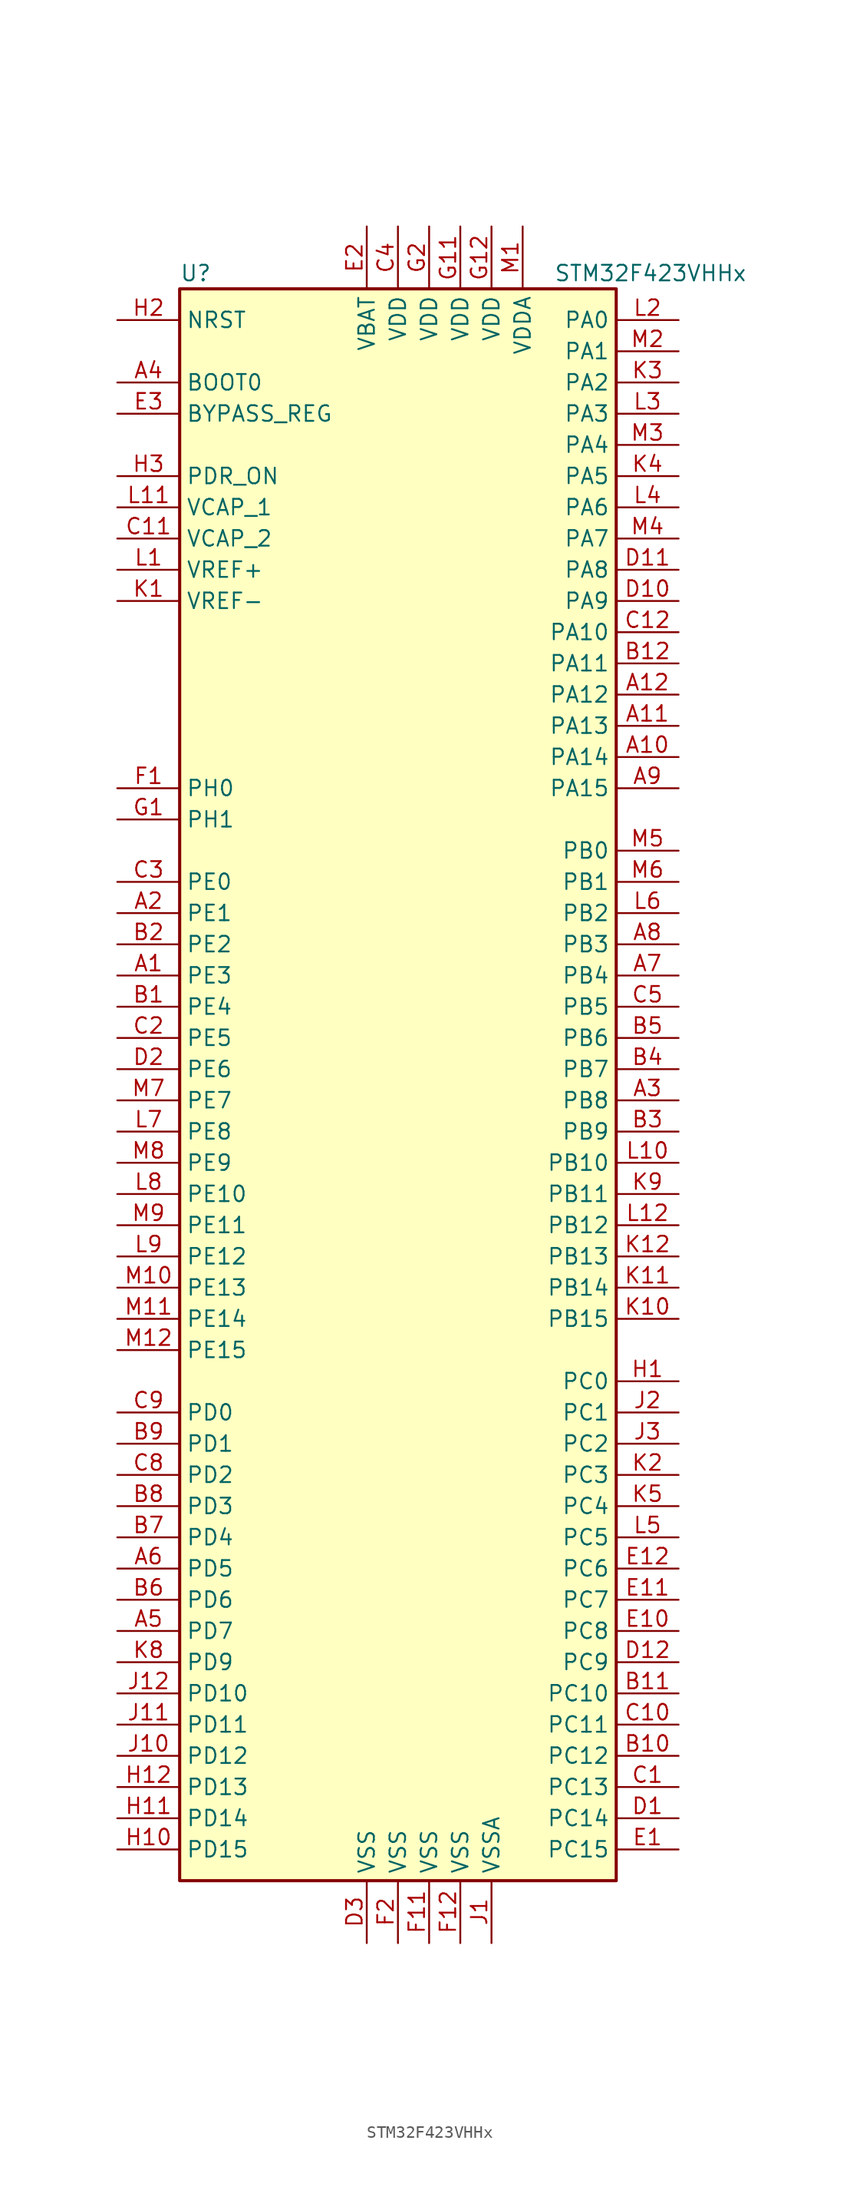
<source format=kicad_sym>
(kicad_symbol_lib
  (version 20201005)
  (generator kicad_symbol_editor)
  (symbol "STM32F423VHHx"
    (property "Reference" "U"
      (at -17.78 64.77 0)
      (effects (font (size 1.27 1.27)) (justify left)))
    (property "Value" "STM32F423VHHx"
      (at 12.7 64.77 0)
      (effects (font (size 1.27 1.27)) (justify left)))
    (symbol "STM32F423VHHx_0_1"
      (rectangle (start -17.78 -66.04) (end 17.78 63.5) (stroke (width 0.254)) (fill (type background))))
    (symbol "STM32F423VHHx_1_1"
      (pin input line (at -22.86 55.88 0) (length 5.08) (name "BOOT0" (effects (font (size 1.27 1.27)))) (number "A4" (effects (font (size 1.27 1.27)))))
      (pin input line (at -22.86 53.34 0) (length 5.08) (name "BYPASS_REG" (effects (font (size 1.27 1.27)))) (number "E3" (effects (font (size 1.27 1.27)))))
      (pin input line (at -22.86 60.96 0) (length 5.08) (name "NRST" (effects (font (size 1.27 1.27)))) (number "H2" (effects (font (size 1.27 1.27)))))
      (pin bidirectional line (at 22.86 60.96 180) (length 5.08) (name "PA0" (effects (font (size 1.27 1.27)))) (number "L2" (effects (font (size 1.27 1.27)))))
      (pin bidirectional line (at 22.86 58.42 180) (length 5.08) (name "PA1" (effects (font (size 1.27 1.27)))) (number "M2" (effects (font (size 1.27 1.27)))))
      (pin bidirectional line (at 22.86 35.56 180) (length 5.08) (name "PA10" (effects (font (size 1.27 1.27)))) (number "C12" (effects (font (size 1.27 1.27)))))
      (pin bidirectional line (at 22.86 33.02 180) (length 5.08) (name "PA11" (effects (font (size 1.27 1.27)))) (number "B12" (effects (font (size 1.27 1.27)))))
      (pin bidirectional line (at 22.86 30.48 180) (length 5.08) (name "PA12" (effects (font (size 1.27 1.27)))) (number "A12" (effects (font (size 1.27 1.27)))))
      (pin bidirectional line (at 22.86 27.94 180) (length 5.08) (name "PA13" (effects (font (size 1.27 1.27)))) (number "A11" (effects (font (size 1.27 1.27)))))
      (pin bidirectional line (at 22.86 25.4 180) (length 5.08) (name "PA14" (effects (font (size 1.27 1.27)))) (number "A10" (effects (font (size 1.27 1.27)))))
      (pin bidirectional line (at 22.86 22.86 180) (length 5.08) (name "PA15" (effects (font (size 1.27 1.27)))) (number "A9" (effects (font (size 1.27 1.27)))))
      (pin bidirectional line (at 22.86 55.88 180) (length 5.08) (name "PA2" (effects (font (size 1.27 1.27)))) (number "K3" (effects (font (size 1.27 1.27)))))
      (pin bidirectional line (at 22.86 53.34 180) (length 5.08) (name "PA3" (effects (font (size 1.27 1.27)))) (number "L3" (effects (font (size 1.27 1.27)))))
      (pin bidirectional line (at 22.86 50.8 180) (length 5.08) (name "PA4" (effects (font (size 1.27 1.27)))) (number "M3" (effects (font (size 1.27 1.27)))))
      (pin bidirectional line (at 22.86 48.26 180) (length 5.08) (name "PA5" (effects (font (size 1.27 1.27)))) (number "K4" (effects (font (size 1.27 1.27)))))
      (pin bidirectional line (at 22.86 45.72 180) (length 5.08) (name "PA6" (effects (font (size 1.27 1.27)))) (number "L4" (effects (font (size 1.27 1.27)))))
      (pin bidirectional line (at 22.86 43.18 180) (length 5.08) (name "PA7" (effects (font (size 1.27 1.27)))) (number "M4" (effects (font (size 1.27 1.27)))))
      (pin bidirectional line (at 22.86 40.64 180) (length 5.08) (name "PA8" (effects (font (size 1.27 1.27)))) (number "D11" (effects (font (size 1.27 1.27)))))
      (pin bidirectional line (at 22.86 38.1 180) (length 5.08) (name "PA9" (effects (font (size 1.27 1.27)))) (number "D10" (effects (font (size 1.27 1.27)))))
      (pin bidirectional line (at 22.86 17.78 180) (length 5.08) (name "PB0" (effects (font (size 1.27 1.27)))) (number "M5" (effects (font (size 1.27 1.27)))))
      (pin bidirectional line (at 22.86 15.24 180) (length 5.08) (name "PB1" (effects (font (size 1.27 1.27)))) (number "M6" (effects (font (size 1.27 1.27)))))
      (pin bidirectional line (at 22.86 -7.62 180) (length 5.08) (name "PB10" (effects (font (size 1.27 1.27)))) (number "L10" (effects (font (size 1.27 1.27)))))
      (pin bidirectional line (at 22.86 -10.16 180) (length 5.08) (name "PB11" (effects (font (size 1.27 1.27)))) (number "K9" (effects (font (size 1.27 1.27)))))
      (pin bidirectional line (at 22.86 -12.7 180) (length 5.08) (name "PB12" (effects (font (size 1.27 1.27)))) (number "L12" (effects (font (size 1.27 1.27)))))
      (pin bidirectional line (at 22.86 -15.24 180) (length 5.08) (name "PB13" (effects (font (size 1.27 1.27)))) (number "K12" (effects (font (size 1.27 1.27)))))
      (pin bidirectional line (at 22.86 -17.78 180) (length 5.08) (name "PB14" (effects (font (size 1.27 1.27)))) (number "K11" (effects (font (size 1.27 1.27)))))
      (pin bidirectional line (at 22.86 -20.32 180) (length 5.08) (name "PB15" (effects (font (size 1.27 1.27)))) (number "K10" (effects (font (size 1.27 1.27)))))
      (pin bidirectional line (at 22.86 12.7 180) (length 5.08) (name "PB2" (effects (font (size 1.27 1.27)))) (number "L6" (effects (font (size 1.27 1.27)))))
      (pin bidirectional line (at 22.86 10.16 180) (length 5.08) (name "PB3" (effects (font (size 1.27 1.27)))) (number "A8" (effects (font (size 1.27 1.27)))))
      (pin bidirectional line (at 22.86 7.62 180) (length 5.08) (name "PB4" (effects (font (size 1.27 1.27)))) (number "A7" (effects (font (size 1.27 1.27)))))
      (pin bidirectional line (at 22.86 5.08 180) (length 5.08) (name "PB5" (effects (font (size 1.27 1.27)))) (number "C5" (effects (font (size 1.27 1.27)))))
      (pin bidirectional line (at 22.86 2.54 180) (length 5.08) (name "PB6" (effects (font (size 1.27 1.27)))) (number "B5" (effects (font (size 1.27 1.27)))))
      (pin bidirectional line (at 22.86 0 180) (length 5.08) (name "PB7" (effects (font (size 1.27 1.27)))) (number "B4" (effects (font (size 1.27 1.27)))))
      (pin bidirectional line (at 22.86 -2.54 180) (length 5.08) (name "PB8" (effects (font (size 1.27 1.27)))) (number "A3" (effects (font (size 1.27 1.27)))))
      (pin bidirectional line (at 22.86 -5.08 180) (length 5.08) (name "PB9" (effects (font (size 1.27 1.27)))) (number "B3" (effects (font (size 1.27 1.27)))))
      (pin bidirectional line (at 22.86 -25.4 180) (length 5.08) (name "PC0" (effects (font (size 1.27 1.27)))) (number "H1" (effects (font (size 1.27 1.27)))))
      (pin bidirectional line (at 22.86 -27.94 180) (length 5.08) (name "PC1" (effects (font (size 1.27 1.27)))) (number "J2" (effects (font (size 1.27 1.27)))))
      (pin bidirectional line (at 22.86 -50.8 180) (length 5.08) (name "PC10" (effects (font (size 1.27 1.27)))) (number "B11" (effects (font (size 1.27 1.27)))))
      (pin bidirectional line (at 22.86 -53.34 180) (length 5.08) (name "PC11" (effects (font (size 1.27 1.27)))) (number "C10" (effects (font (size 1.27 1.27)))))
      (pin bidirectional line (at 22.86 -55.88 180) (length 5.08) (name "PC12" (effects (font (size 1.27 1.27)))) (number "B10" (effects (font (size 1.27 1.27)))))
      (pin bidirectional line (at 22.86 -58.42 180) (length 5.08) (name "PC13" (effects (font (size 1.27 1.27)))) (number "C1" (effects (font (size 1.27 1.27)))))
      (pin bidirectional line (at 22.86 -60.96 180) (length 5.08) (name "PC14" (effects (font (size 1.27 1.27)))) (number "D1" (effects (font (size 1.27 1.27)))))
      (pin bidirectional line (at 22.86 -63.5 180) (length 5.08) (name "PC15" (effects (font (size 1.27 1.27)))) (number "E1" (effects (font (size 1.27 1.27)))))
      (pin bidirectional line (at 22.86 -30.48 180) (length 5.08) (name "PC2" (effects (font (size 1.27 1.27)))) (number "J3" (effects (font (size 1.27 1.27)))))
      (pin bidirectional line (at 22.86 -33.02 180) (length 5.08) (name "PC3" (effects (font (size 1.27 1.27)))) (number "K2" (effects (font (size 1.27 1.27)))))
      (pin bidirectional line (at 22.86 -35.56 180) (length 5.08) (name "PC4" (effects (font (size 1.27 1.27)))) (number "K5" (effects (font (size 1.27 1.27)))))
      (pin bidirectional line (at 22.86 -38.1 180) (length 5.08) (name "PC5" (effects (font (size 1.27 1.27)))) (number "L5" (effects (font (size 1.27 1.27)))))
      (pin bidirectional line (at 22.86 -40.64 180) (length 5.08) (name "PC6" (effects (font (size 1.27 1.27)))) (number "E12" (effects (font (size 1.27 1.27)))))
      (pin bidirectional line (at 22.86 -43.18 180) (length 5.08) (name "PC7" (effects (font (size 1.27 1.27)))) (number "E11" (effects (font (size 1.27 1.27)))))
      (pin bidirectional line (at 22.86 -45.72 180) (length 5.08) (name "PC8" (effects (font (size 1.27 1.27)))) (number "E10" (effects (font (size 1.27 1.27)))))
      (pin bidirectional line (at 22.86 -48.26 180) (length 5.08) (name "PC9" (effects (font (size 1.27 1.27)))) (number "D12" (effects (font (size 1.27 1.27)))))
      (pin bidirectional line (at -22.86 -27.94 0) (length 5.08) (name "PD0" (effects (font (size 1.27 1.27)))) (number "C9" (effects (font (size 1.27 1.27)))))
      (pin bidirectional line (at -22.86 -30.48 0) (length 5.08) (name "PD1" (effects (font (size 1.27 1.27)))) (number "B9" (effects (font (size 1.27 1.27)))))
      (pin bidirectional line (at -22.86 -50.8 0) (length 5.08) (name "PD10" (effects (font (size 1.27 1.27)))) (number "J12" (effects (font (size 1.27 1.27)))))
      (pin bidirectional line (at -22.86 -53.34 0) (length 5.08) (name "PD11" (effects (font (size 1.27 1.27)))) (number "J11" (effects (font (size 1.27 1.27)))))
      (pin bidirectional line (at -22.86 -55.88 0) (length 5.08) (name "PD12" (effects (font (size 1.27 1.27)))) (number "J10" (effects (font (size 1.27 1.27)))))
      (pin bidirectional line (at -22.86 -58.42 0) (length 5.08) (name "PD13" (effects (font (size 1.27 1.27)))) (number "H12" (effects (font (size 1.27 1.27)))))
      (pin bidirectional line (at -22.86 -60.96 0) (length 5.08) (name "PD14" (effects (font (size 1.27 1.27)))) (number "H11" (effects (font (size 1.27 1.27)))))
      (pin bidirectional line (at -22.86 -63.5 0) (length 5.08) (name "PD15" (effects (font (size 1.27 1.27)))) (number "H10" (effects (font (size 1.27 1.27)))))
      (pin bidirectional line (at -22.86 -33.02 0) (length 5.08) (name "PD2" (effects (font (size 1.27 1.27)))) (number "C8" (effects (font (size 1.27 1.27)))))
      (pin bidirectional line (at -22.86 -35.56 0) (length 5.08) (name "PD3" (effects (font (size 1.27 1.27)))) (number "B8" (effects (font (size 1.27 1.27)))))
      (pin bidirectional line (at -22.86 -38.1 0) (length 5.08) (name "PD4" (effects (font (size 1.27 1.27)))) (number "B7" (effects (font (size 1.27 1.27)))))
      (pin bidirectional line (at -22.86 -40.64 0) (length 5.08) (name "PD5" (effects (font (size 1.27 1.27)))) (number "A6" (effects (font (size 1.27 1.27)))))
      (pin bidirectional line (at -22.86 -43.18 0) (length 5.08) (name "PD6" (effects (font (size 1.27 1.27)))) (number "B6" (effects (font (size 1.27 1.27)))))
      (pin bidirectional line (at -22.86 -45.72 0) (length 5.08) (name "PD7" (effects (font (size 1.27 1.27)))) (number "A5" (effects (font (size 1.27 1.27)))))
      (pin bidirectional line (at -22.86 -48.26 0) (length 5.08) (name "PD9" (effects (font (size 1.27 1.27)))) (number "K8" (effects (font (size 1.27 1.27)))))
      (pin power_in line (at -22.86 48.26 0) (length 5.08) (name "PDR_ON" (effects (font (size 1.27 1.27)))) (number "H3" (effects (font (size 1.27 1.27)))))
      (pin bidirectional line (at -22.86 15.24 0) (length 5.08) (name "PE0" (effects (font (size 1.27 1.27)))) (number "C3" (effects (font (size 1.27 1.27)))))
      (pin bidirectional line (at -22.86 12.7 0) (length 5.08) (name "PE1" (effects (font (size 1.27 1.27)))) (number "A2" (effects (font (size 1.27 1.27)))))
      (pin bidirectional line (at -22.86 -10.16 0) (length 5.08) (name "PE10" (effects (font (size 1.27 1.27)))) (number "L8" (effects (font (size 1.27 1.27)))))
      (pin bidirectional line (at -22.86 -12.7 0) (length 5.08) (name "PE11" (effects (font (size 1.27 1.27)))) (number "M9" (effects (font (size 1.27 1.27)))))
      (pin bidirectional line (at -22.86 -15.24 0) (length 5.08) (name "PE12" (effects (font (size 1.27 1.27)))) (number "L9" (effects (font (size 1.27 1.27)))))
      (pin bidirectional line (at -22.86 -17.78 0) (length 5.08) (name "PE13" (effects (font (size 1.27 1.27)))) (number "M10" (effects (font (size 1.27 1.27)))))
      (pin bidirectional line (at -22.86 -20.32 0) (length 5.08) (name "PE14" (effects (font (size 1.27 1.27)))) (number "M11" (effects (font (size 1.27 1.27)))))
      (pin bidirectional line (at -22.86 -22.86 0) (length 5.08) (name "PE15" (effects (font (size 1.27 1.27)))) (number "M12" (effects (font (size 1.27 1.27)))))
      (pin bidirectional line (at -22.86 10.16 0) (length 5.08) (name "PE2" (effects (font (size 1.27 1.27)))) (number "B2" (effects (font (size 1.27 1.27)))))
      (pin bidirectional line (at -22.86 7.62 0) (length 5.08) (name "PE3" (effects (font (size 1.27 1.27)))) (number "A1" (effects (font (size 1.27 1.27)))))
      (pin bidirectional line (at -22.86 5.08 0) (length 5.08) (name "PE4" (effects (font (size 1.27 1.27)))) (number "B1" (effects (font (size 1.27 1.27)))))
      (pin bidirectional line (at -22.86 2.54 0) (length 5.08) (name "PE5" (effects (font (size 1.27 1.27)))) (number "C2" (effects (font (size 1.27 1.27)))))
      (pin bidirectional line (at -22.86 0 0) (length 5.08) (name "PE6" (effects (font (size 1.27 1.27)))) (number "D2" (effects (font (size 1.27 1.27)))))
      (pin bidirectional line (at -22.86 -2.54 0) (length 5.08) (name "PE7" (effects (font (size 1.27 1.27)))) (number "M7" (effects (font (size 1.27 1.27)))))
      (pin bidirectional line (at -22.86 -5.08 0) (length 5.08) (name "PE8" (effects (font (size 1.27 1.27)))) (number "L7" (effects (font (size 1.27 1.27)))))
      (pin bidirectional line (at -22.86 -7.62 0) (length 5.08) (name "PE9" (effects (font (size 1.27 1.27)))) (number "M8" (effects (font (size 1.27 1.27)))))
      (pin input line (at -22.86 22.86 0) (length 5.08) (name "PH0" (effects (font (size 1.27 1.27)))) (number "F1" (effects (font (size 1.27 1.27)))))
      (pin input line (at -22.86 20.32 0) (length 5.08) (name "PH1" (effects (font (size 1.27 1.27)))) (number "G1" (effects (font (size 1.27 1.27)))))
      (pin power_in line (at -2.54 68.58 270) (length 5.08) (name "VBAT" (effects (font (size 1.27 1.27)))) (number "E2" (effects (font (size 1.27 1.27)))))
      (pin power_in line (at -22.86 45.72 0) (length 5.08) (name "VCAP_1" (effects (font (size 1.27 1.27)))) (number "L11" (effects (font (size 1.27 1.27)))))
      (pin power_in line (at -22.86 43.18 0) (length 5.08) (name "VCAP_2" (effects (font (size 1.27 1.27)))) (number "C11" (effects (font (size 1.27 1.27)))))
      (pin power_in line (at 0 68.58 270) (length 5.08) (name "VDD" (effects (font (size 1.27 1.27)))) (number "C4" (effects (font (size 1.27 1.27)))))
      (pin power_in line (at 5.08 68.58 270) (length 5.08) (name "VDD" (effects (font (size 1.27 1.27)))) (number "G11" (effects (font (size 1.27 1.27)))))
      (pin power_in line (at 7.62 68.58 270) (length 5.08) (name "VDD" (effects (font (size 1.27 1.27)))) (number "G12" (effects (font (size 1.27 1.27)))))
      (pin power_in line (at 2.54 68.58 270) (length 5.08) (name "VDD" (effects (font (size 1.27 1.27)))) (number "G2" (effects (font (size 1.27 1.27)))))
      (pin power_in line (at 10.16 68.58 270) (length 5.08) (name "VDDA" (effects (font (size 1.27 1.27)))) (number "M1" (effects (font (size 1.27 1.27)))))
      (pin power_in line (at -22.86 40.64 0) (length 5.08) (name "VREF+" (effects (font (size 1.27 1.27)))) (number "L1" (effects (font (size 1.27 1.27)))))
      (pin power_in line (at -22.86 38.1 0) (length 5.08) (name "VREF-" (effects (font (size 1.27 1.27)))) (number "K1" (effects (font (size 1.27 1.27)))))
      (pin power_in line (at -2.54 -71.12 90) (length 5.08) (name "VSS" (effects (font (size 1.27 1.27)))) (number "D3" (effects (font (size 1.27 1.27)))))
      (pin power_in line (at 2.54 -71.12 90) (length 5.08) (name "VSS" (effects (font (size 1.27 1.27)))) (number "F11" (effects (font (size 1.27 1.27)))))
      (pin power_in line (at 5.08 -71.12 90) (length 5.08) (name "VSS" (effects (font (size 1.27 1.27)))) (number "F12" (effects (font (size 1.27 1.27)))))
      (pin power_in line (at 0 -71.12 90) (length 5.08) (name "VSS" (effects (font (size 1.27 1.27)))) (number "F2" (effects (font (size 1.27 1.27)))))
      (pin power_in line (at 7.62 -71.12 90) (length 5.08) (name "VSSA" (effects (font (size 1.27 1.27)))) (number "J1" (effects (font (size 1.27 1.27))))))))
</source>
